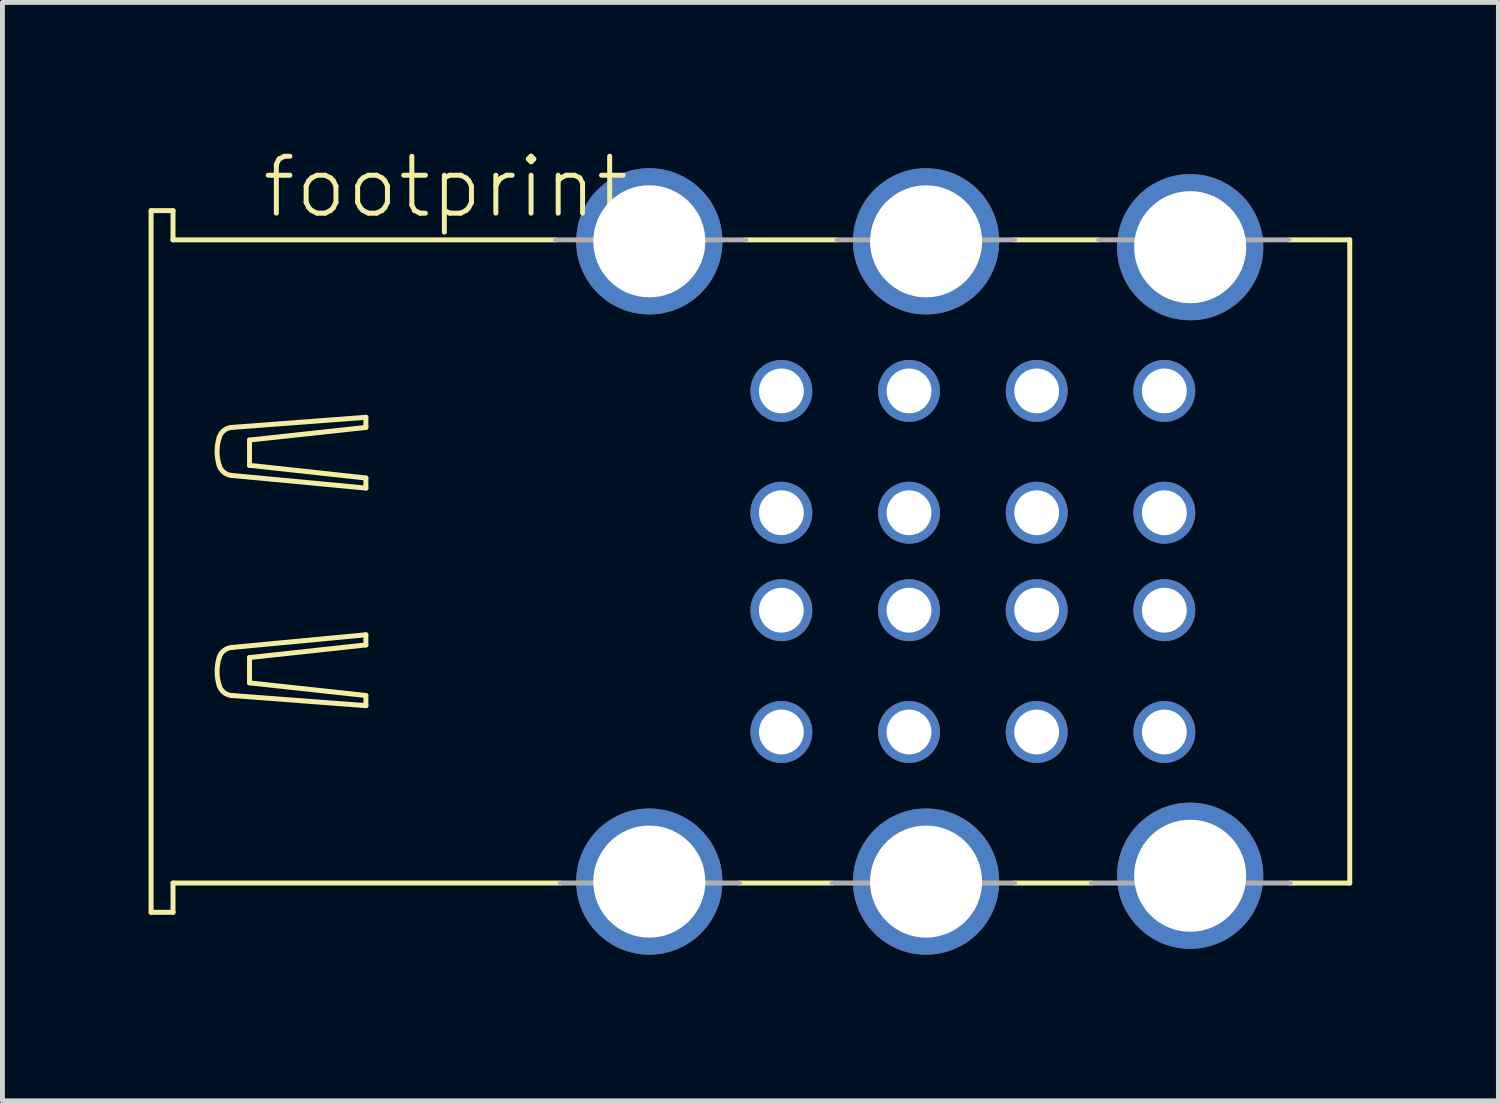
<source format=kicad_pcb>
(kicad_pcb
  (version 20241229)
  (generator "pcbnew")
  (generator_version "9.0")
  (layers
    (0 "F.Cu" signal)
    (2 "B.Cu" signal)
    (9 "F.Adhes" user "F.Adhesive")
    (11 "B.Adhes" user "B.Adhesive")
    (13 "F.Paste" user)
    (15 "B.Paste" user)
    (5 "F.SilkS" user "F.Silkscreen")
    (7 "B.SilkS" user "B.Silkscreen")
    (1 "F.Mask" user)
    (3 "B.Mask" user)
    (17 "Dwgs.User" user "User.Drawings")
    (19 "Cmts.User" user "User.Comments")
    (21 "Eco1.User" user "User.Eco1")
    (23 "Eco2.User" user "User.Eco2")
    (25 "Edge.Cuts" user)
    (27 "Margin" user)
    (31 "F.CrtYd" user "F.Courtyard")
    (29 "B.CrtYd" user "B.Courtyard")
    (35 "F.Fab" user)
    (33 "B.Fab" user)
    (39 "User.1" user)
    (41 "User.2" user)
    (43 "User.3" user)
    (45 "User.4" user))
  (footprint "footprint"
    (layer "F.Cu")
    (at 10.276 8.473)
    (property "Reference" "footprint" (at -8 -7 0) (layer "F.SilkS") (effects (font (size 1.168 1.168) (thickness 0.102)) (justify left bottom)))
    (fp_line (start -10.225 -7.2) (end -10.225 7.2) (stroke (width 0.102) (type solid)) (layer "F.SilkS"))
    (fp_line (start -10.225 7.2) (end -9.775 7.2) (stroke (width 0.102) (type solid)) (layer "F.SilkS"))
    (fp_line (start -9.775 -7.2) (end -10.225 -7.2) (stroke (width 0.102) (type solid)) (layer "F.SilkS"))
    (fp_line (start -9.775 -6.6) (end -9.775 -7.2) (stroke (width 0.102) (type solid)) (layer "F.SilkS"))
    (fp_line (start -9.775 6.6) (end -1.825 6.6) (stroke (width 0.102) (type solid)) (layer "F.SilkS"))
    (fp_line (start -9.775 7.2) (end -9.775 6.6) (stroke (width 0.102) (type solid)) (layer "F.SilkS"))
    (fp_line (start -8.569 -1.765) (end -5.817 -1.506) (stroke (width 0.102) (type solid)) (layer "F.SilkS"))
    (fp_line (start -8.569 1.765) (end -5.817 1.505) (stroke (width 0.102) (type solid)) (layer "F.SilkS"))
    (fp_line (start -8.205 -2.492) (end -5.817 -2.751) (stroke (width 0.102) (type solid)) (layer "F.SilkS"))
    (fp_line (start -8.205 -1.973) (end -8.205 -2.492) (stroke (width 0.102) (type solid)) (layer "F.SilkS"))
    (fp_line (start -8.205 1.972) (end -8.205 2.492) (stroke (width 0.102) (type solid)) (layer "F.SilkS"))
    (fp_line (start -8.205 2.492) (end -5.817 2.751) (stroke (width 0.102) (type solid)) (layer "F.SilkS"))
    (fp_line (start -5.817 -2.959) (end -8.569 -2.751) (stroke (width 0.102) (type solid)) (layer "F.SilkS"))
    (fp_line (start -5.817 -2.751) (end -5.817 -2.959) (stroke (width 0.102) (type solid)) (layer "F.SilkS"))
    (fp_line (start -5.817 -1.713) (end -8.205 -1.973) (stroke (width 0.102) (type solid)) (layer "F.SilkS"))
    (fp_line (start -5.817 -1.506) (end -5.817 -1.713) (stroke (width 0.102) (type solid)) (layer "F.SilkS"))
    (fp_line (start -5.817 1.505) (end -5.817 1.713) (stroke (width 0.102) (type solid)) (layer "F.SilkS"))
    (fp_line (start -5.817 1.713) (end -8.205 1.972) (stroke (width 0.102) (type solid)) (layer "F.SilkS"))
    (fp_line (start -5.817 2.751) (end -5.817 2.959) (stroke (width 0.102) (type solid)) (layer "F.SilkS"))
    (fp_line (start -5.817 2.959) (end -8.569 2.751) (stroke (width 0.102) (type solid)) (layer "F.SilkS"))
    (fp_line (start -1.925 -6.6) (end -9.775 -6.6) (stroke (width 0.102) (type solid)) (layer "F.SilkS"))
    (fp_line (start 1.85 6.6) (end 3.75 6.6) (stroke (width 0.102) (type solid)) (layer "F.SilkS"))
    (fp_line (start 3.85 -6.6) (end 1.975 -6.6) (stroke (width 0.102) (type solid)) (layer "F.SilkS"))
    (fp_line (start 7.5 6.6) (end 9.075 6.6) (stroke (width 0.102) (type solid)) (layer "F.SilkS"))
    (fp_line (start 9.225 -6.6) (end 7.5 -6.6) (stroke (width 0.102) (type solid)) (layer "F.SilkS"))
    (fp_line (start 13.15 6.6) (end 14.375 6.6) (stroke (width 0.102) (type solid)) (layer "F.SilkS"))
    (fp_line (start 14.375 -6.6) (end 13.125 -6.6) (stroke (width 0.102) (type solid)) (layer "F.SilkS"))
    (fp_line (start 14.375 6.6) (end 14.375 -6.6) (stroke (width 0.102) (type solid)) (layer "F.SilkS"))
    (fp_arc (start -8.828 -2.5438) (mid -8.730297 -2.687659) (end -8.5685 -2.7514) (stroke (width 0.1016) (type solid)) (layer "F.SilkS"))
    (fp_arc (start -8.828 -1.9727) (mid -8.870802 -2.25825) (end -8.828 -2.5438) (stroke (width 0.1016) (type solid)) (layer "F.SilkS"))
    (fp_arc (start -8.828 1.9725) (mid -8.730298 1.828641) (end -8.568501 1.764899) (stroke (width 0.1016) (type solid)) (layer "F.SilkS"))
    (fp_arc (start -8.828 2.5436) (mid -8.870802 2.25805) (end -8.828 1.9725) (stroke (width 0.1016) (type solid)) (layer "F.SilkS"))
    (fp_arc (start -8.568501 -1.765099) (mid -8.730298 -1.828841) (end -8.828 -1.9727) (stroke (width 0.1016) (type solid)) (layer "F.SilkS"))
    (fp_arc (start -8.5685 2.7512) (mid -8.730297 2.687459) (end -8.828 2.5436) (stroke (width 0.1016) (type solid)) (layer "F.SilkS"))
    (fp_line (start -1.825 6.6) (end 1.85 6.6) (stroke (width 0.102) (type solid)) (layer "F.Fab"))
    (fp_line (start 1.975 -6.6) (end -1.925 -6.6) (stroke (width 0.102) (type solid)) (layer "F.Fab"))
    (fp_line (start 3.75 6.6) (end 7.5 6.6) (stroke (width 0.102) (type solid)) (layer "F.Fab"))
    (fp_line (start 7.5 -6.6) (end 3.85 -6.6) (stroke (width 0.102) (type solid)) (layer "F.Fab"))
    (fp_line (start 9.075 6.6) (end 13.15 6.6) (stroke (width 0.102) (type solid)) (layer "F.Fab"))
    (fp_line (start 13.125 -6.6) (end 9.225 -6.6) (stroke (width 0.102) (type solid)) (layer "F.Fab"))
    (pad "1-1" thru_hole circle (at 2.71 3.5) (size 1.27 1.27) (drill 0.92) (layers "*.Cu" "*.Mask"))
    (pad "1-2" thru_hole circle (at 2.71 1) (size 1.27 1.27) (drill 0.92) (layers "*.Cu" "*.Mask"))
    (pad "1-3" thru_hole circle (at 2.71 -1) (size 1.27 1.27) (drill 0.92) (layers "*.Cu" "*.Mask"))
    (pad "1-4" thru_hole circle (at 2.71 -3.5) (size 1.27 1.27) (drill 0.92) (layers "*.Cu" "*.Mask"))
    (pad "2-1" thru_hole circle (at 5.33 3.5) (size 1.27 1.27) (drill 0.92) (layers "*.Cu" "*.Mask"))
    (pad "2-2" thru_hole circle (at 5.33 1) (size 1.27 1.27) (drill 0.92) (layers "*.Cu" "*.Mask"))
    (pad "2-3" thru_hole circle (at 5.33 -1) (size 1.27 1.27) (drill 0.92) (layers "*.Cu" "*.Mask"))
    (pad "2-4" thru_hole circle (at 5.33 -3.5) (size 1.27 1.27) (drill 0.92) (layers "*.Cu" "*.Mask"))
    (pad "3-1" thru_hole circle (at 7.95 3.5) (size 1.27 1.27) (drill 0.92) (layers "*.Cu" "*.Mask"))
    (pad "3-2" thru_hole circle (at 7.95 1) (size 1.27 1.27) (drill 0.92) (layers "*.Cu" "*.Mask"))
    (pad "3-3" thru_hole circle (at 7.95 -1) (size 1.27 1.27) (drill 0.92) (layers "*.Cu" "*.Mask"))
    (pad "3-4" thru_hole circle (at 7.95 -3.5) (size 1.27 1.27) (drill 0.92) (layers "*.Cu" "*.Mask"))
    (pad "4-1" thru_hole circle (at 10.57 3.5) (size 1.27 1.27) (drill 0.92) (layers "*.Cu" "*.Mask"))
    (pad "4-2" thru_hole circle (at 10.57 1) (size 1.27 1.27) (drill 0.92) (layers "*.Cu" "*.Mask"))
    (pad "4-3" thru_hole circle (at 10.57 -1) (size 1.27 1.27) (drill 0.92) (layers "*.Cu" "*.Mask"))
    (pad "4-4" thru_hole circle (at 10.57 -3.5) (size 1.27 1.27) (drill 0.92) (layers "*.Cu" "*.Mask"))
    (pad "M1" thru_hole circle (at 0 -6.57) (size 3 3) (drill 2.3) (layers "*.Cu" "*.Mask"))
    (pad "M2" thru_hole circle (at 0 6.57) (size 3 3) (drill 2.3) (layers "*.Cu" "*.Mask"))
    (pad "M3" thru_hole circle (at 5.68 -6.57) (size 3 3) (drill 2.3) (layers "*.Cu" "*.Mask"))
    (pad "M4" thru_hole circle (at 5.68 6.57) (size 3 3) (drill 2.3) (layers "*.Cu" "*.Mask"))
    (pad "M5" thru_hole circle (at 11.1 -6.45) (size 3 3) (drill 2.3) (layers "*.Cu" "*.Mask"))
    (pad "M6" thru_hole circle (at 11.1 6.45) (size 3 3) (drill 2.3) (layers "*.Cu" "*.Mask")))
  (gr_rect
    (start -3 -3)
    (end 27.702 19.543)
    (stroke (width 0.1) (type default))
    (fill no)
    (layer "Edge.Cuts")))
</source>
